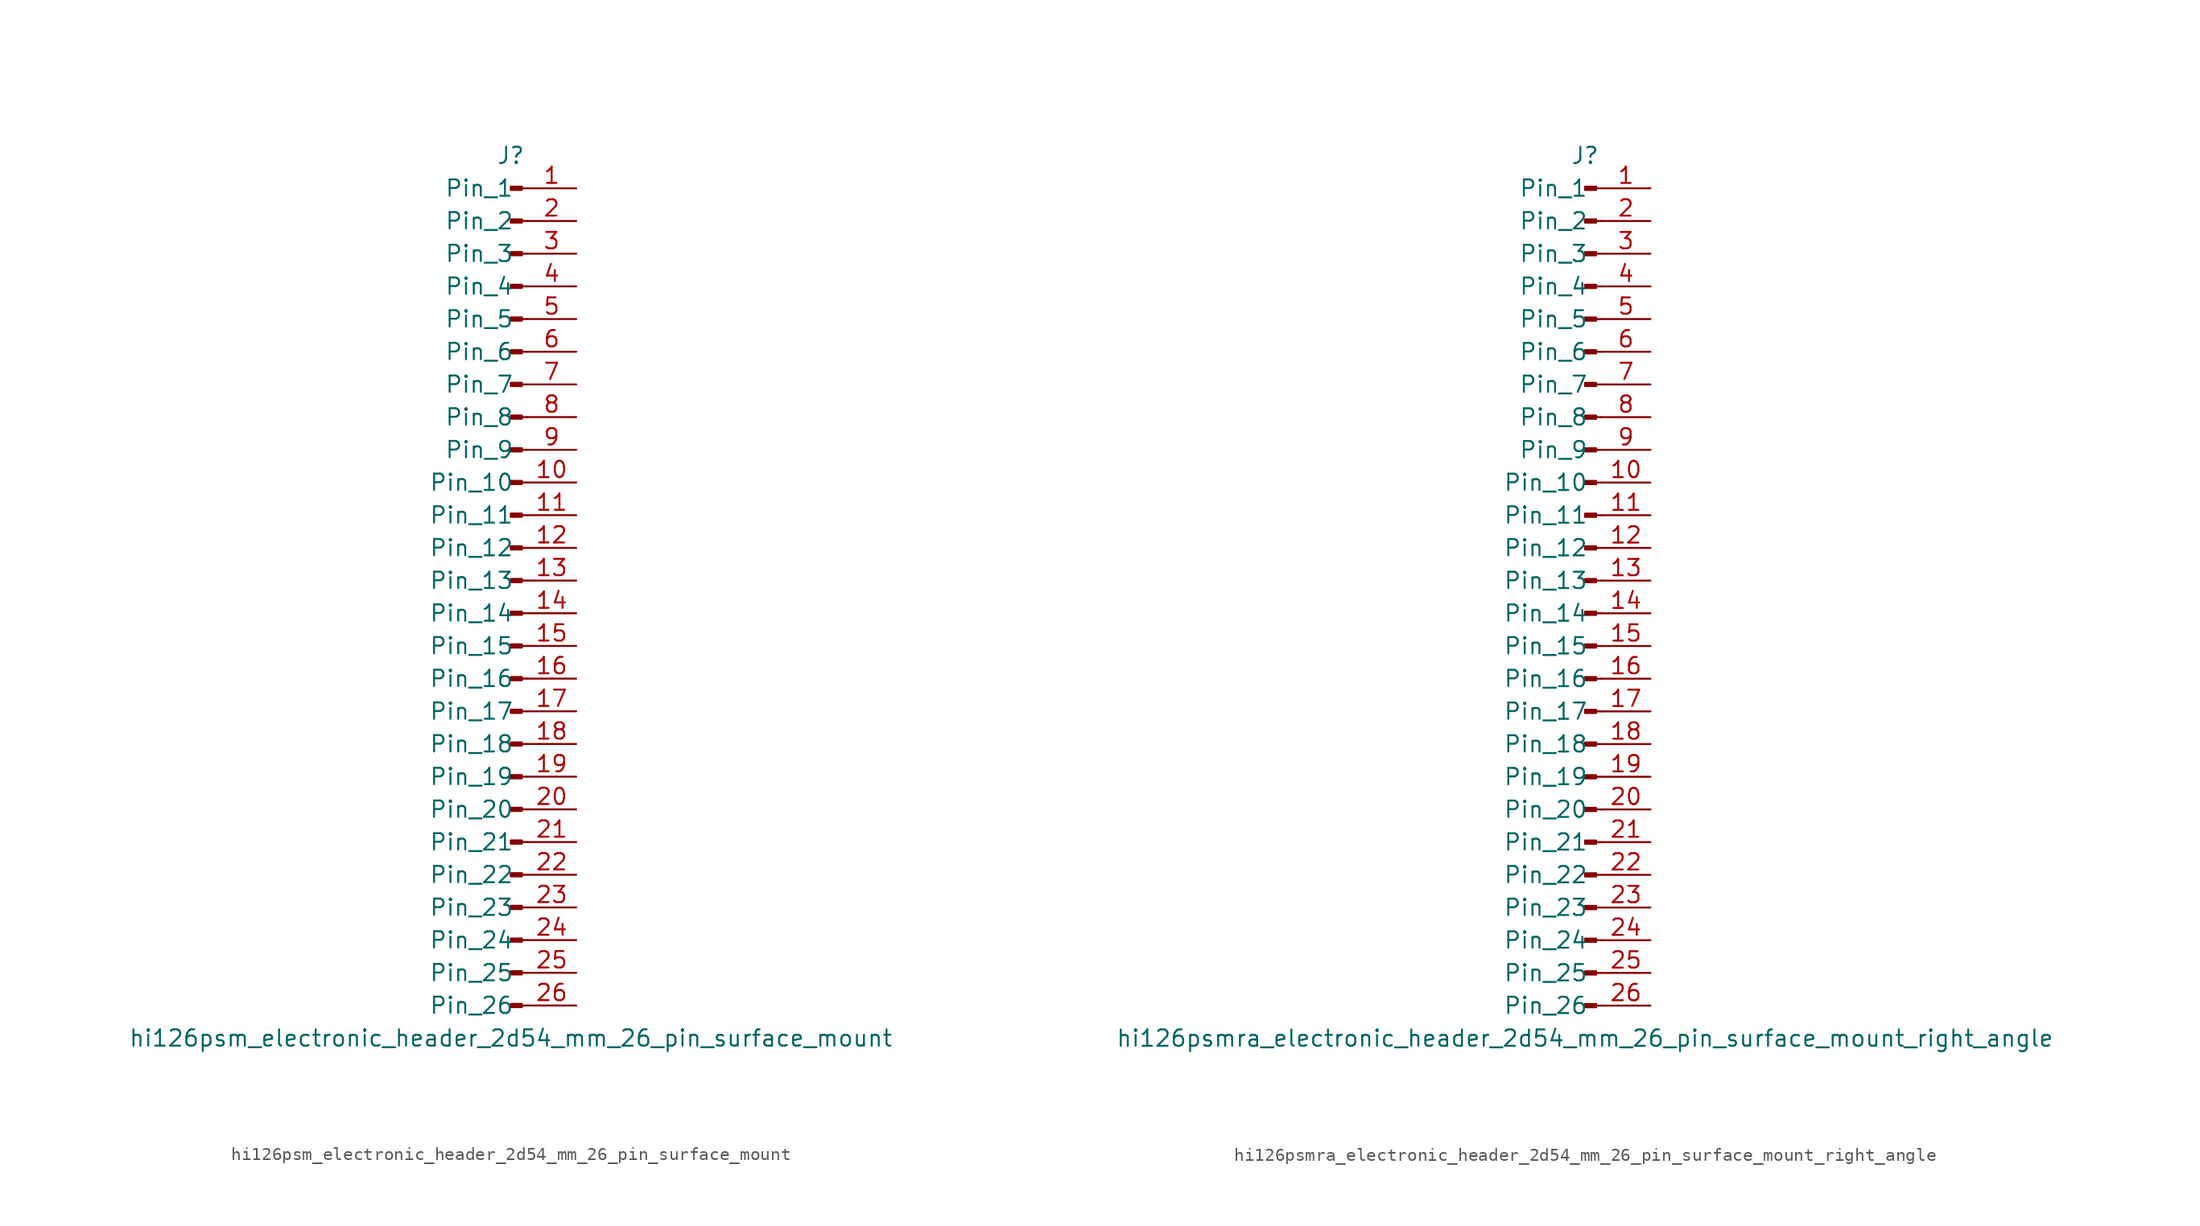
<source format=kicad_sym>
(kicad_symbol_lib
  (version 20220914)
  (generator kicad_symbol_editor)
  (symbol "hi126psm_electronic_header_2d54_mm_26_pin_surface_mount"
    (pin_names
      (offset 1.016))
    (property "Reference" "J"
      (at 0 33.02 0)
      (effects (font (size 1.27 1.27))))
    (property "Value" "hi126psm_electronic_header_2d54_mm_26_pin_surface_mount"
      (at 0 -35.56 0)
      (effects (font (size 1.27 1.27))))
    (property "ki_locked" ""
      (at 0 0 0)
      (effects (font (size 1.27 1.27))))
    (symbol "hi126psm_electronic_header_2d54_mm_26_pin_surface_mount_1_1"
      (polyline (pts (xy 1.27 -33.02) (xy 0.864 -33.02)) (stroke (width 0.152) (type default)) (fill (type none)))
      (polyline (pts (xy 1.27 -30.48) (xy 0.864 -30.48)) (stroke (width 0.152) (type default)) (fill (type none)))
      (polyline (pts (xy 1.27 -27.94) (xy 0.864 -27.94)) (stroke (width 0.152) (type default)) (fill (type none)))
      (polyline (pts (xy 1.27 -25.4) (xy 0.864 -25.4)) (stroke (width 0.152) (type default)) (fill (type none)))
      (polyline (pts (xy 1.27 -22.86) (xy 0.864 -22.86)) (stroke (width 0.152) (type default)) (fill (type none)))
      (polyline (pts (xy 1.27 -20.32) (xy 0.864 -20.32)) (stroke (width 0.152) (type default)) (fill (type none)))
      (polyline (pts (xy 1.27 -17.78) (xy 0.864 -17.78)) (stroke (width 0.152) (type default)) (fill (type none)))
      (polyline (pts (xy 1.27 -15.24) (xy 0.864 -15.24)) (stroke (width 0.152) (type default)) (fill (type none)))
      (polyline (pts (xy 1.27 -12.7) (xy 0.864 -12.7)) (stroke (width 0.152) (type default)) (fill (type none)))
      (polyline (pts (xy 1.27 -10.16) (xy 0.864 -10.16)) (stroke (width 0.152) (type default)) (fill (type none)))
      (polyline (pts (xy 1.27 -7.62) (xy 0.864 -7.62)) (stroke (width 0.152) (type default)) (fill (type none)))
      (polyline (pts (xy 1.27 -5.08) (xy 0.864 -5.08)) (stroke (width 0.152) (type default)) (fill (type none)))
      (polyline (pts (xy 1.27 -2.54) (xy 0.864 -2.54)) (stroke (width 0.152) (type default)) (fill (type none)))
      (polyline (pts (xy 1.27 0) (xy 0.864 0)) (stroke (width 0.152) (type default)) (fill (type none)))
      (polyline (pts (xy 1.27 2.54) (xy 0.864 2.54)) (stroke (width 0.152) (type default)) (fill (type none)))
      (polyline (pts (xy 1.27 5.08) (xy 0.864 5.08)) (stroke (width 0.152) (type default)) (fill (type none)))
      (polyline (pts (xy 1.27 7.62) (xy 0.864 7.62)) (stroke (width 0.152) (type default)) (fill (type none)))
      (polyline (pts (xy 1.27 10.16) (xy 0.864 10.16)) (stroke (width 0.152) (type default)) (fill (type none)))
      (polyline (pts (xy 1.27 12.7) (xy 0.864 12.7)) (stroke (width 0.152) (type default)) (fill (type none)))
      (polyline (pts (xy 1.27 15.24) (xy 0.864 15.24)) (stroke (width 0.152) (type default)) (fill (type none)))
      (polyline (pts (xy 1.27 17.78) (xy 0.864 17.78)) (stroke (width 0.152) (type default)) (fill (type none)))
      (polyline (pts (xy 1.27 20.32) (xy 0.864 20.32)) (stroke (width 0.152) (type default)) (fill (type none)))
      (polyline (pts (xy 1.27 22.86) (xy 0.864 22.86)) (stroke (width 0.152) (type default)) (fill (type none)))
      (polyline (pts (xy 1.27 25.4) (xy 0.864 25.4)) (stroke (width 0.152) (type default)) (fill (type none)))
      (polyline (pts (xy 1.27 27.94) (xy 0.864 27.94)) (stroke (width 0.152) (type default)) (fill (type none)))
      (polyline (pts (xy 1.27 30.48) (xy 0.864 30.48)) (stroke (width 0.152) (type default)) (fill (type none)))
      (rectangle (start 0.864 -32.893) (end 0 -33.147) (stroke (width 0.152) (type default)) (fill (type outline)))
      (rectangle (start 0.864 -30.353) (end 0 -30.607) (stroke (width 0.152) (type default)) (fill (type outline)))
      (rectangle (start 0.864 -27.813) (end 0 -28.067) (stroke (width 0.152) (type default)) (fill (type outline)))
      (rectangle (start 0.864 -25.273) (end 0 -25.527) (stroke (width 0.152) (type default)) (fill (type outline)))
      (rectangle (start 0.864 -22.733) (end 0 -22.987) (stroke (width 0.152) (type default)) (fill (type outline)))
      (rectangle (start 0.864 -20.193) (end 0 -20.447) (stroke (width 0.152) (type default)) (fill (type outline)))
      (rectangle (start 0.864 -17.653) (end 0 -17.907) (stroke (width 0.152) (type default)) (fill (type outline)))
      (rectangle (start 0.864 -15.113) (end 0 -15.367) (stroke (width 0.152) (type default)) (fill (type outline)))
      (rectangle (start 0.864 -12.573) (end 0 -12.827) (stroke (width 0.152) (type default)) (fill (type outline)))
      (rectangle (start 0.864 -10.033) (end 0 -10.287) (stroke (width 0.152) (type default)) (fill (type outline)))
      (rectangle (start 0.864 -7.493) (end 0 -7.747) (stroke (width 0.152) (type default)) (fill (type outline)))
      (rectangle (start 0.864 -4.953) (end 0 -5.207) (stroke (width 0.152) (type default)) (fill (type outline)))
      (rectangle (start 0.864 -2.413) (end 0 -2.667) (stroke (width 0.152) (type default)) (fill (type outline)))
      (rectangle (start 0.864 0.127) (end 0 -0.127) (stroke (width 0.152) (type default)) (fill (type outline)))
      (rectangle (start 0.864 2.667) (end 0 2.413) (stroke (width 0.152) (type default)) (fill (type outline)))
      (rectangle (start 0.864 5.207) (end 0 4.953) (stroke (width 0.152) (type default)) (fill (type outline)))
      (rectangle (start 0.864 7.747) (end 0 7.493) (stroke (width 0.152) (type default)) (fill (type outline)))
      (rectangle (start 0.864 10.287) (end 0 10.033) (stroke (width 0.152) (type default)) (fill (type outline)))
      (rectangle (start 0.864 12.827) (end 0 12.573) (stroke (width 0.152) (type default)) (fill (type outline)))
      (rectangle (start 0.864 15.367) (end 0 15.113) (stroke (width 0.152) (type default)) (fill (type outline)))
      (rectangle (start 0.864 17.907) (end 0 17.653) (stroke (width 0.152) (type default)) (fill (type outline)))
      (rectangle (start 0.864 20.447) (end 0 20.193) (stroke (width 0.152) (type default)) (fill (type outline)))
      (rectangle (start 0.864 22.987) (end 0 22.733) (stroke (width 0.152) (type default)) (fill (type outline)))
      (rectangle (start 0.864 25.527) (end 0 25.273) (stroke (width 0.152) (type default)) (fill (type outline)))
      (rectangle (start 0.864 28.067) (end 0 27.813) (stroke (width 0.152) (type default)) (fill (type outline)))
      (rectangle (start 0.864 30.607) (end 0 30.353) (stroke (width 0.152) (type default)) (fill (type outline)))
      (pin passive line (at 5.08 30.48 180) (length 3.81) (name "Pin_1" (effects (font (size 1.27 1.27)))) (number "1" (effects (font (size 1.27 1.27)))))
      (pin passive line (at 5.08 7.62 180) (length 3.81) (name "Pin_10" (effects (font (size 1.27 1.27)))) (number "10" (effects (font (size 1.27 1.27)))))
      (pin passive line (at 5.08 5.08 180) (length 3.81) (name "Pin_11" (effects (font (size 1.27 1.27)))) (number "11" (effects (font (size 1.27 1.27)))))
      (pin passive line (at 5.08 2.54 180) (length 3.81) (name "Pin_12" (effects (font (size 1.27 1.27)))) (number "12" (effects (font (size 1.27 1.27)))))
      (pin passive line (at 5.08 0 180) (length 3.81) (name "Pin_13" (effects (font (size 1.27 1.27)))) (number "13" (effects (font (size 1.27 1.27)))))
      (pin passive line (at 5.08 -2.54 180) (length 3.81) (name "Pin_14" (effects (font (size 1.27 1.27)))) (number "14" (effects (font (size 1.27 1.27)))))
      (pin passive line (at 5.08 -5.08 180) (length 3.81) (name "Pin_15" (effects (font (size 1.27 1.27)))) (number "15" (effects (font (size 1.27 1.27)))))
      (pin passive line (at 5.08 -7.62 180) (length 3.81) (name "Pin_16" (effects (font (size 1.27 1.27)))) (number "16" (effects (font (size 1.27 1.27)))))
      (pin passive line (at 5.08 -10.16 180) (length 3.81) (name "Pin_17" (effects (font (size 1.27 1.27)))) (number "17" (effects (font (size 1.27 1.27)))))
      (pin passive line (at 5.08 -12.7 180) (length 3.81) (name "Pin_18" (effects (font (size 1.27 1.27)))) (number "18" (effects (font (size 1.27 1.27)))))
      (pin passive line (at 5.08 -15.24 180) (length 3.81) (name "Pin_19" (effects (font (size 1.27 1.27)))) (number "19" (effects (font (size 1.27 1.27)))))
      (pin passive line (at 5.08 27.94 180) (length 3.81) (name "Pin_2" (effects (font (size 1.27 1.27)))) (number "2" (effects (font (size 1.27 1.27)))))
      (pin passive line (at 5.08 -17.78 180) (length 3.81) (name "Pin_20" (effects (font (size 1.27 1.27)))) (number "20" (effects (font (size 1.27 1.27)))))
      (pin passive line (at 5.08 -20.32 180) (length 3.81) (name "Pin_21" (effects (font (size 1.27 1.27)))) (number "21" (effects (font (size 1.27 1.27)))))
      (pin passive line (at 5.08 -22.86 180) (length 3.81) (name "Pin_22" (effects (font (size 1.27 1.27)))) (number "22" (effects (font (size 1.27 1.27)))))
      (pin passive line (at 5.08 -25.4 180) (length 3.81) (name "Pin_23" (effects (font (size 1.27 1.27)))) (number "23" (effects (font (size 1.27 1.27)))))
      (pin passive line (at 5.08 -27.94 180) (length 3.81) (name "Pin_24" (effects (font (size 1.27 1.27)))) (number "24" (effects (font (size 1.27 1.27)))))
      (pin passive line (at 5.08 -30.48 180) (length 3.81) (name "Pin_25" (effects (font (size 1.27 1.27)))) (number "25" (effects (font (size 1.27 1.27)))))
      (pin passive line (at 5.08 -33.02 180) (length 3.81) (name "Pin_26" (effects (font (size 1.27 1.27)))) (number "26" (effects (font (size 1.27 1.27)))))
      (pin passive line (at 5.08 25.4 180) (length 3.81) (name "Pin_3" (effects (font (size 1.27 1.27)))) (number "3" (effects (font (size 1.27 1.27)))))
      (pin passive line (at 5.08 22.86 180) (length 3.81) (name "Pin_4" (effects (font (size 1.27 1.27)))) (number "4" (effects (font (size 1.27 1.27)))))
      (pin passive line (at 5.08 20.32 180) (length 3.81) (name "Pin_5" (effects (font (size 1.27 1.27)))) (number "5" (effects (font (size 1.27 1.27)))))
      (pin passive line (at 5.08 17.78 180) (length 3.81) (name "Pin_6" (effects (font (size 1.27 1.27)))) (number "6" (effects (font (size 1.27 1.27)))))
      (pin passive line (at 5.08 15.24 180) (length 3.81) (name "Pin_7" (effects (font (size 1.27 1.27)))) (number "7" (effects (font (size 1.27 1.27)))))
      (pin passive line (at 5.08 12.7 180) (length 3.81) (name "Pin_8" (effects (font (size 1.27 1.27)))) (number "8" (effects (font (size 1.27 1.27)))))
      (pin passive line (at 5.08 10.16 180) (length 3.81) (name "Pin_9" (effects (font (size 1.27 1.27)))) (number "9" (effects (font (size 1.27 1.27)))))))
  (symbol "hi126psmra_electronic_header_2d54_mm_26_pin_surface_mount_right_angle"
    (pin_names
      (offset 1.016))
    (property "Reference" "J"
      (at 0 33.02 0)
      (effects (font (size 1.27 1.27))))
    (property "Value" "hi126psmra_electronic_header_2d54_mm_26_pin_surface_mount_right_angle"
      (at 0 -35.56 0)
      (effects (font (size 1.27 1.27))))
    (property "ki_locked" ""
      (at 0 0 0)
      (effects (font (size 1.27 1.27))))
    (symbol "hi126psmra_electronic_header_2d54_mm_26_pin_surface_mount_right_angle_1_1"
      (polyline (pts (xy 1.27 -33.02) (xy 0.864 -33.02)) (stroke (width 0.152) (type default)) (fill (type none)))
      (polyline (pts (xy 1.27 -30.48) (xy 0.864 -30.48)) (stroke (width 0.152) (type default)) (fill (type none)))
      (polyline (pts (xy 1.27 -27.94) (xy 0.864 -27.94)) (stroke (width 0.152) (type default)) (fill (type none)))
      (polyline (pts (xy 1.27 -25.4) (xy 0.864 -25.4)) (stroke (width 0.152) (type default)) (fill (type none)))
      (polyline (pts (xy 1.27 -22.86) (xy 0.864 -22.86)) (stroke (width 0.152) (type default)) (fill (type none)))
      (polyline (pts (xy 1.27 -20.32) (xy 0.864 -20.32)) (stroke (width 0.152) (type default)) (fill (type none)))
      (polyline (pts (xy 1.27 -17.78) (xy 0.864 -17.78)) (stroke (width 0.152) (type default)) (fill (type none)))
      (polyline (pts (xy 1.27 -15.24) (xy 0.864 -15.24)) (stroke (width 0.152) (type default)) (fill (type none)))
      (polyline (pts (xy 1.27 -12.7) (xy 0.864 -12.7)) (stroke (width 0.152) (type default)) (fill (type none)))
      (polyline (pts (xy 1.27 -10.16) (xy 0.864 -10.16)) (stroke (width 0.152) (type default)) (fill (type none)))
      (polyline (pts (xy 1.27 -7.62) (xy 0.864 -7.62)) (stroke (width 0.152) (type default)) (fill (type none)))
      (polyline (pts (xy 1.27 -5.08) (xy 0.864 -5.08)) (stroke (width 0.152) (type default)) (fill (type none)))
      (polyline (pts (xy 1.27 -2.54) (xy 0.864 -2.54)) (stroke (width 0.152) (type default)) (fill (type none)))
      (polyline (pts (xy 1.27 0) (xy 0.864 0)) (stroke (width 0.152) (type default)) (fill (type none)))
      (polyline (pts (xy 1.27 2.54) (xy 0.864 2.54)) (stroke (width 0.152) (type default)) (fill (type none)))
      (polyline (pts (xy 1.27 5.08) (xy 0.864 5.08)) (stroke (width 0.152) (type default)) (fill (type none)))
      (polyline (pts (xy 1.27 7.62) (xy 0.864 7.62)) (stroke (width 0.152) (type default)) (fill (type none)))
      (polyline (pts (xy 1.27 10.16) (xy 0.864 10.16)) (stroke (width 0.152) (type default)) (fill (type none)))
      (polyline (pts (xy 1.27 12.7) (xy 0.864 12.7)) (stroke (width 0.152) (type default)) (fill (type none)))
      (polyline (pts (xy 1.27 15.24) (xy 0.864 15.24)) (stroke (width 0.152) (type default)) (fill (type none)))
      (polyline (pts (xy 1.27 17.78) (xy 0.864 17.78)) (stroke (width 0.152) (type default)) (fill (type none)))
      (polyline (pts (xy 1.27 20.32) (xy 0.864 20.32)) (stroke (width 0.152) (type default)) (fill (type none)))
      (polyline (pts (xy 1.27 22.86) (xy 0.864 22.86)) (stroke (width 0.152) (type default)) (fill (type none)))
      (polyline (pts (xy 1.27 25.4) (xy 0.864 25.4)) (stroke (width 0.152) (type default)) (fill (type none)))
      (polyline (pts (xy 1.27 27.94) (xy 0.864 27.94)) (stroke (width 0.152) (type default)) (fill (type none)))
      (polyline (pts (xy 1.27 30.48) (xy 0.864 30.48)) (stroke (width 0.152) (type default)) (fill (type none)))
      (rectangle (start 0.864 -32.893) (end 0 -33.147) (stroke (width 0.152) (type default)) (fill (type outline)))
      (rectangle (start 0.864 -30.353) (end 0 -30.607) (stroke (width 0.152) (type default)) (fill (type outline)))
      (rectangle (start 0.864 -27.813) (end 0 -28.067) (stroke (width 0.152) (type default)) (fill (type outline)))
      (rectangle (start 0.864 -25.273) (end 0 -25.527) (stroke (width 0.152) (type default)) (fill (type outline)))
      (rectangle (start 0.864 -22.733) (end 0 -22.987) (stroke (width 0.152) (type default)) (fill (type outline)))
      (rectangle (start 0.864 -20.193) (end 0 -20.447) (stroke (width 0.152) (type default)) (fill (type outline)))
      (rectangle (start 0.864 -17.653) (end 0 -17.907) (stroke (width 0.152) (type default)) (fill (type outline)))
      (rectangle (start 0.864 -15.113) (end 0 -15.367) (stroke (width 0.152) (type default)) (fill (type outline)))
      (rectangle (start 0.864 -12.573) (end 0 -12.827) (stroke (width 0.152) (type default)) (fill (type outline)))
      (rectangle (start 0.864 -10.033) (end 0 -10.287) (stroke (width 0.152) (type default)) (fill (type outline)))
      (rectangle (start 0.864 -7.493) (end 0 -7.747) (stroke (width 0.152) (type default)) (fill (type outline)))
      (rectangle (start 0.864 -4.953) (end 0 -5.207) (stroke (width 0.152) (type default)) (fill (type outline)))
      (rectangle (start 0.864 -2.413) (end 0 -2.667) (stroke (width 0.152) (type default)) (fill (type outline)))
      (rectangle (start 0.864 0.127) (end 0 -0.127) (stroke (width 0.152) (type default)) (fill (type outline)))
      (rectangle (start 0.864 2.667) (end 0 2.413) (stroke (width 0.152) (type default)) (fill (type outline)))
      (rectangle (start 0.864 5.207) (end 0 4.953) (stroke (width 0.152) (type default)) (fill (type outline)))
      (rectangle (start 0.864 7.747) (end 0 7.493) (stroke (width 0.152) (type default)) (fill (type outline)))
      (rectangle (start 0.864 10.287) (end 0 10.033) (stroke (width 0.152) (type default)) (fill (type outline)))
      (rectangle (start 0.864 12.827) (end 0 12.573) (stroke (width 0.152) (type default)) (fill (type outline)))
      (rectangle (start 0.864 15.367) (end 0 15.113) (stroke (width 0.152) (type default)) (fill (type outline)))
      (rectangle (start 0.864 17.907) (end 0 17.653) (stroke (width 0.152) (type default)) (fill (type outline)))
      (rectangle (start 0.864 20.447) (end 0 20.193) (stroke (width 0.152) (type default)) (fill (type outline)))
      (rectangle (start 0.864 22.987) (end 0 22.733) (stroke (width 0.152) (type default)) (fill (type outline)))
      (rectangle (start 0.864 25.527) (end 0 25.273) (stroke (width 0.152) (type default)) (fill (type outline)))
      (rectangle (start 0.864 28.067) (end 0 27.813) (stroke (width 0.152) (type default)) (fill (type outline)))
      (rectangle (start 0.864 30.607) (end 0 30.353) (stroke (width 0.152) (type default)) (fill (type outline)))
      (pin passive line (at 5.08 30.48 180) (length 3.81) (name "Pin_1" (effects (font (size 1.27 1.27)))) (number "1" (effects (font (size 1.27 1.27)))))
      (pin passive line (at 5.08 7.62 180) (length 3.81) (name "Pin_10" (effects (font (size 1.27 1.27)))) (number "10" (effects (font (size 1.27 1.27)))))
      (pin passive line (at 5.08 5.08 180) (length 3.81) (name "Pin_11" (effects (font (size 1.27 1.27)))) (number "11" (effects (font (size 1.27 1.27)))))
      (pin passive line (at 5.08 2.54 180) (length 3.81) (name "Pin_12" (effects (font (size 1.27 1.27)))) (number "12" (effects (font (size 1.27 1.27)))))
      (pin passive line (at 5.08 0 180) (length 3.81) (name "Pin_13" (effects (font (size 1.27 1.27)))) (number "13" (effects (font (size 1.27 1.27)))))
      (pin passive line (at 5.08 -2.54 180) (length 3.81) (name "Pin_14" (effects (font (size 1.27 1.27)))) (number "14" (effects (font (size 1.27 1.27)))))
      (pin passive line (at 5.08 -5.08 180) (length 3.81) (name "Pin_15" (effects (font (size 1.27 1.27)))) (number "15" (effects (font (size 1.27 1.27)))))
      (pin passive line (at 5.08 -7.62 180) (length 3.81) (name "Pin_16" (effects (font (size 1.27 1.27)))) (number "16" (effects (font (size 1.27 1.27)))))
      (pin passive line (at 5.08 -10.16 180) (length 3.81) (name "Pin_17" (effects (font (size 1.27 1.27)))) (number "17" (effects (font (size 1.27 1.27)))))
      (pin passive line (at 5.08 -12.7 180) (length 3.81) (name "Pin_18" (effects (font (size 1.27 1.27)))) (number "18" (effects (font (size 1.27 1.27)))))
      (pin passive line (at 5.08 -15.24 180) (length 3.81) (name "Pin_19" (effects (font (size 1.27 1.27)))) (number "19" (effects (font (size 1.27 1.27)))))
      (pin passive line (at 5.08 27.94 180) (length 3.81) (name "Pin_2" (effects (font (size 1.27 1.27)))) (number "2" (effects (font (size 1.27 1.27)))))
      (pin passive line (at 5.08 -17.78 180) (length 3.81) (name "Pin_20" (effects (font (size 1.27 1.27)))) (number "20" (effects (font (size 1.27 1.27)))))
      (pin passive line (at 5.08 -20.32 180) (length 3.81) (name "Pin_21" (effects (font (size 1.27 1.27)))) (number "21" (effects (font (size 1.27 1.27)))))
      (pin passive line (at 5.08 -22.86 180) (length 3.81) (name "Pin_22" (effects (font (size 1.27 1.27)))) (number "22" (effects (font (size 1.27 1.27)))))
      (pin passive line (at 5.08 -25.4 180) (length 3.81) (name "Pin_23" (effects (font (size 1.27 1.27)))) (number "23" (effects (font (size 1.27 1.27)))))
      (pin passive line (at 5.08 -27.94 180) (length 3.81) (name "Pin_24" (effects (font (size 1.27 1.27)))) (number "24" (effects (font (size 1.27 1.27)))))
      (pin passive line (at 5.08 -30.48 180) (length 3.81) (name "Pin_25" (effects (font (size 1.27 1.27)))) (number "25" (effects (font (size 1.27 1.27)))))
      (pin passive line (at 5.08 -33.02 180) (length 3.81) (name "Pin_26" (effects (font (size 1.27 1.27)))) (number "26" (effects (font (size 1.27 1.27)))))
      (pin passive line (at 5.08 25.4 180) (length 3.81) (name "Pin_3" (effects (font (size 1.27 1.27)))) (number "3" (effects (font (size 1.27 1.27)))))
      (pin passive line (at 5.08 22.86 180) (length 3.81) (name "Pin_4" (effects (font (size 1.27 1.27)))) (number "4" (effects (font (size 1.27 1.27)))))
      (pin passive line (at 5.08 20.32 180) (length 3.81) (name "Pin_5" (effects (font (size 1.27 1.27)))) (number "5" (effects (font (size 1.27 1.27)))))
      (pin passive line (at 5.08 17.78 180) (length 3.81) (name "Pin_6" (effects (font (size 1.27 1.27)))) (number "6" (effects (font (size 1.27 1.27)))))
      (pin passive line (at 5.08 15.24 180) (length 3.81) (name "Pin_7" (effects (font (size 1.27 1.27)))) (number "7" (effects (font (size 1.27 1.27)))))
      (pin passive line (at 5.08 12.7 180) (length 3.81) (name "Pin_8" (effects (font (size 1.27 1.27)))) (number "8" (effects (font (size 1.27 1.27)))))
      (pin passive line (at 5.08 10.16 180) (length 3.81) (name "Pin_9" (effects (font (size 1.27 1.27)))) (number "9" (effects (font (size 1.27 1.27))))))))
</source>
